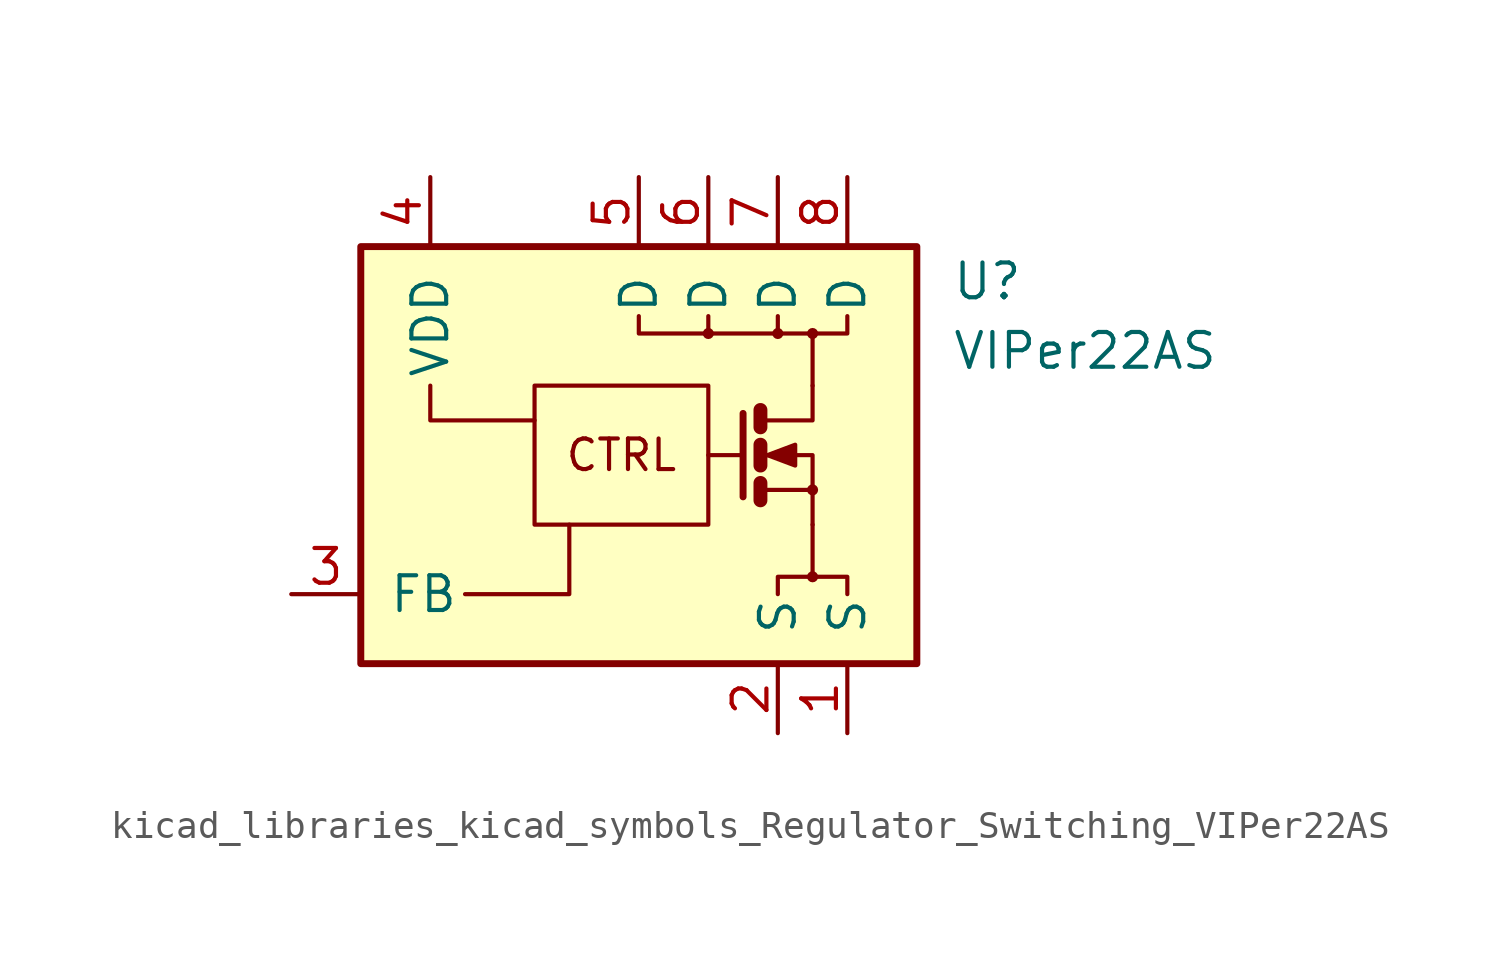
<source format=kicad_sym>
(kicad_symbol_lib
  (version 20220914)
  (generator kicad_symbol_editor)
  (symbol "kicad_libraries_kicad_symbols_Regulator_Switching_VIPer22AS"
    (pin_names
      (offset 1.016))
    (property "Reference" "U"
      (at 11.43 6.35 0)
      (effects (font (size 1.27 1.27)) (justify left)))
    (property "Value" "VIPer22AS"
      (at 11.43 3.81 0)
      (effects (font (size 1.27 1.27)) (justify left)))
    (symbol "kicad_libraries_kicad_symbols_Regulator_Switching_VIPer22AS_0_0"
      (rectangle (start -10.16 7.62) (end 10.16 -7.62) (stroke (width 0.254) (type default)) (fill (type background)))
      (polyline (pts (xy 2.54 5.08) (xy 2.54 4.445)) (stroke (width 0) (type default)) (fill (type none)))
      (polyline (pts (xy 5.08 5.08) (xy 5.08 4.445)) (stroke (width 0) (type default)) (fill (type none)))
      (polyline (pts (xy 6.35 -2.54) (xy 6.35 -4.445)) (stroke (width 0) (type default)) (fill (type none)))
      (polyline (pts (xy 6.35 2.54) (xy 6.35 4.445)) (stroke (width 0) (type default)) (fill (type none)))
      (polyline (pts (xy 0 5.08) (xy 0 4.445) (xy 7.62 4.445) (xy 7.62 5.08)) (stroke (width 0) (type default)) (fill (type none)))
      (polyline (pts (xy 5.08 -5.08) (xy 5.08 -4.445) (xy 7.62 -4.445) (xy 7.62 -5.08)) (stroke (width 0) (type default)) (fill (type none)))
      (circle (center 2.54 4.445) (radius 0.127) (stroke (width 0) (type default)) (fill (type none)))
      (circle (center 5.08 4.445) (radius 0.127) (stroke (width 0) (type default)) (fill (type none)))
      (circle (center 6.35 -4.445) (radius 0.127) (stroke (width 0) (type default)) (fill (type none)))
      (circle (center 6.35 -1.27) (radius 0.127) (stroke (width 0) (type default)) (fill (type none)))
      (circle (center 6.35 4.445) (radius 0.127) (stroke (width 0) (type default)) (fill (type none)))
      (text "CTRL" (at -0.635 0 0) (effects (font (size 1.118 1.118)))))
    (symbol "kicad_libraries_kicad_symbols_Regulator_Switching_VIPer22AS_0_1"
      (rectangle (start -3.81 2.54) (end 2.54 -2.54) (stroke (width 0) (type default)) (fill (type none)))
      (polyline (pts (xy 3.81 0) (xy 2.54 0)) (stroke (width 0) (type default)) (fill (type none)))
      (polyline (pts (xy 4.445 -1.016) (xy 4.445 -1.651)) (stroke (width 0.508) (type default)) (fill (type none)))
      (polyline (pts (xy 4.445 0.381) (xy 4.445 -0.381)) (stroke (width 0.508) (type default)) (fill (type none)))
      (polyline (pts (xy 4.445 1.651) (xy 4.445 1.016)) (stroke (width 0.508) (type default)) (fill (type none)))
      (polyline (pts (xy -7.62 2.54) (xy -7.62 1.27) (xy -3.81 1.27)) (stroke (width 0) (type default)) (fill (type none)))
      (polyline (pts (xy -6.35 -5.08) (xy -2.54 -5.08) (xy -2.54 -2.54)) (stroke (width 0) (type default)) (fill (type none)))
      (polyline (pts (xy 3.81 1.524) (xy 3.81 -1.524) (xy 3.81 -1.524)) (stroke (width 0.254) (type default)) (fill (type none)))
      (polyline (pts (xy 4.572 -1.27) (xy 6.35 -1.27) (xy 6.35 -2.54) (xy 6.35 -2.54)) (stroke (width 0) (type default)) (fill (type none)))
      (polyline (pts (xy 4.572 1.27) (xy 6.35 1.27) (xy 6.35 2.54) (xy 6.35 2.54)) (stroke (width 0) (type default)) (fill (type none)))
      (polyline (pts (xy 4.572 0) (xy 5.08 0) (xy 6.35 0) (xy 6.35 -1.27) (xy 6.35 -1.27)) (stroke (width 0) (type default)) (fill (type none)))
      (polyline (pts (xy 4.699 0) (xy 5.715 0.381) (xy 5.715 -0.381) (xy 4.699 0) (xy 4.826 0) (xy 4.826 0)) (stroke (width 0) (type default)) (fill (type outline))))
    (symbol "kicad_libraries_kicad_symbols_Regulator_Switching_VIPer22AS_1_1"
      (pin passive line (at 7.62 -10.16 90) (length 2.54) (name "S" (effects (font (size 1.27 1.27)))) (number "1" (effects (font (size 1.27 1.27)))))
      (pin passive line (at 5.08 -10.16 90) (length 2.54) (name "S" (effects (font (size 1.27 1.27)))) (number "2" (effects (font (size 1.27 1.27)))))
      (pin input line (at -12.7 -5.08 0) (length 2.54) (name "FB" (effects (font (size 1.27 1.27)))) (number "3" (effects (font (size 1.27 1.27)))))
      (pin power_in line (at -7.62 10.16 270) (length 2.54) (name "VDD" (effects (font (size 1.27 1.27)))) (number "4" (effects (font (size 1.27 1.27)))))
      (pin passive line (at 0 10.16 270) (length 2.54) (name "D" (effects (font (size 1.27 1.27)))) (number "5" (effects (font (size 1.27 1.27)))))
      (pin passive line (at 2.54 10.16 270) (length 2.54) (name "D" (effects (font (size 1.27 1.27)))) (number "6" (effects (font (size 1.27 1.27)))))
      (pin passive line (at 5.08 10.16 270) (length 2.54) (name "D" (effects (font (size 1.27 1.27)))) (number "7" (effects (font (size 1.27 1.27)))))
      (pin passive line (at 7.62 10.16 270) (length 2.54) (name "D" (effects (font (size 1.27 1.27)))) (number "8" (effects (font (size 1.27 1.27))))))))
</source>
